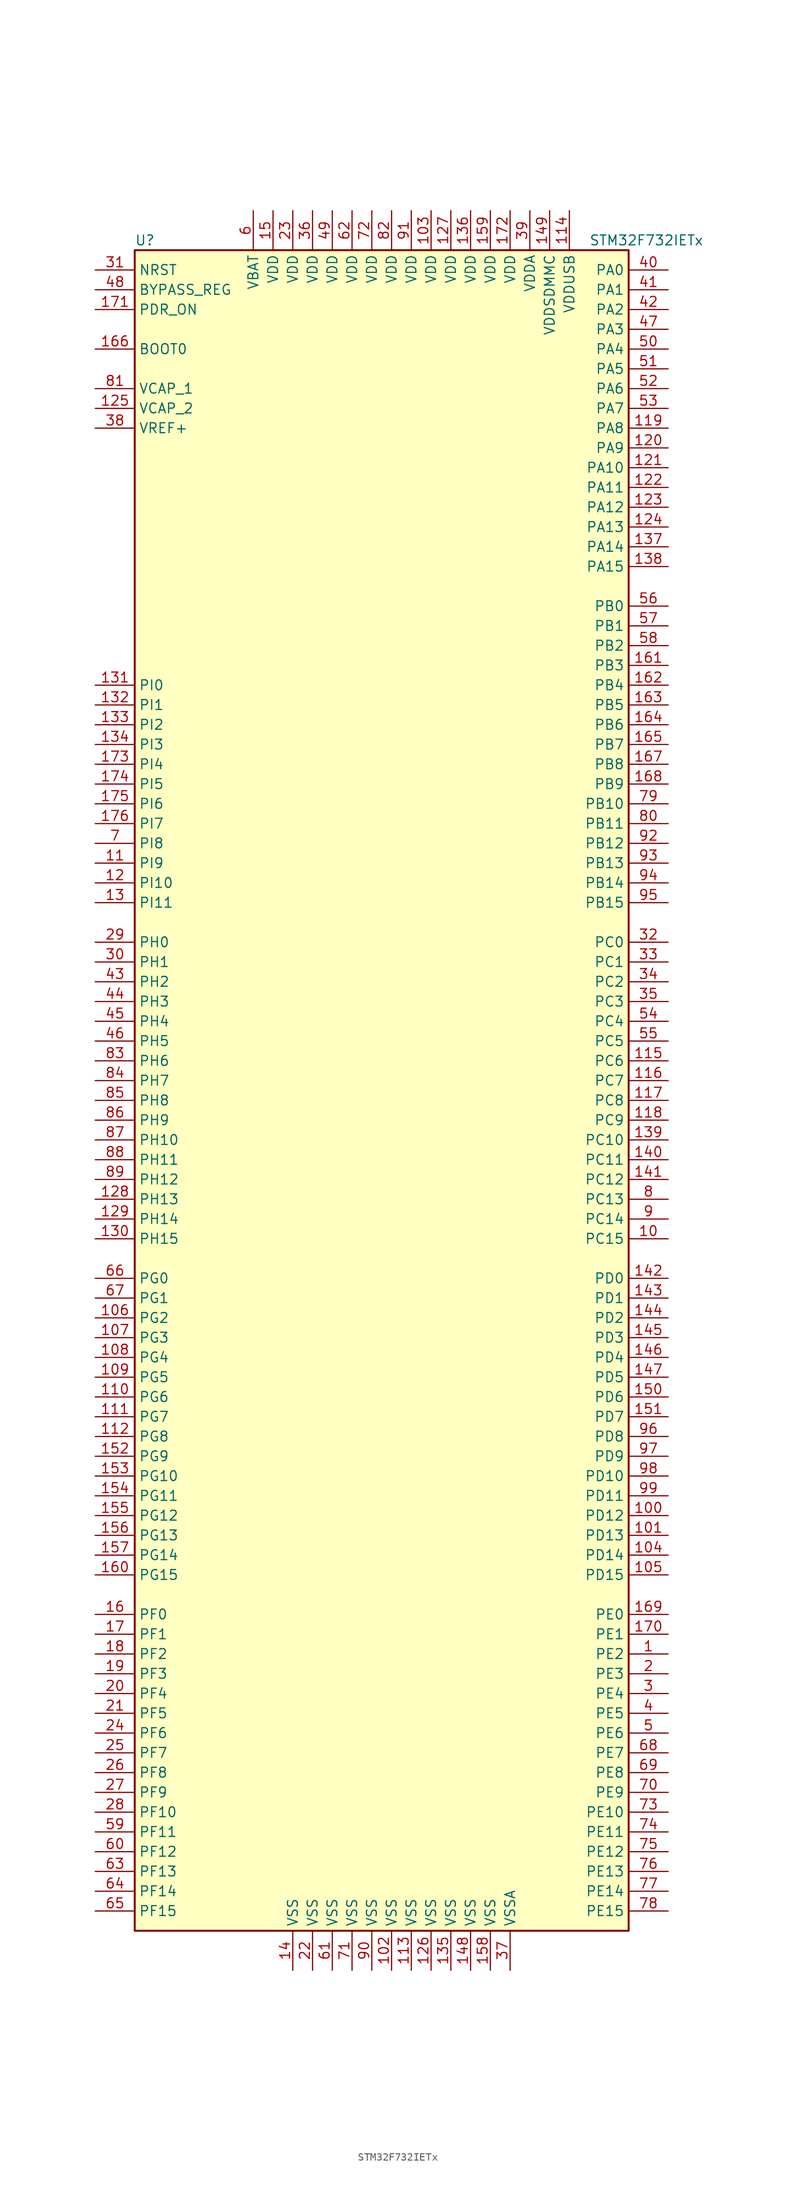
<source format=kicad_sym>
(kicad_symbol_lib
  (version 20201005)
  (generator kicad_symbol_editor)
  (symbol "STM32F732IETx"
    (property "Reference" "U"
      (at -33.02 107.95 0)
      (effects (font (size 1.27 1.27)) (justify left)))
    (property "Value" "STM32F732IETx"
      (at 25.4 107.95 0)
      (effects (font (size 1.27 1.27)) (justify left)))
    (symbol "STM32F732IETx_0_1"
      (rectangle (start -33.02 -109.22) (end 30.48 106.68) (stroke (width 0.254)) (fill (type background))))
    (symbol "STM32F732IETx_1_1"
      (pin input line (at -38.1 93.98 0) (length 5.08) (name "BOOT0" (effects (font (size 1.27 1.27)))) (number "166" (effects (font (size 1.27 1.27)))))
      (pin input line (at -38.1 101.6 0) (length 5.08) (name "BYPASS_REG" (effects (font (size 1.27 1.27)))) (number "48" (effects (font (size 1.27 1.27)))))
      (pin input line (at -38.1 104.14 0) (length 5.08) (name "NRST" (effects (font (size 1.27 1.27)))) (number "31" (effects (font (size 1.27 1.27)))))
      (pin bidirectional line (at 35.56 104.14 180) (length 5.08) (name "PA0" (effects (font (size 1.27 1.27)))) (number "40" (effects (font (size 1.27 1.27)))))
      (pin bidirectional line (at 35.56 101.6 180) (length 5.08) (name "PA1" (effects (font (size 1.27 1.27)))) (number "41" (effects (font (size 1.27 1.27)))))
      (pin bidirectional line (at 35.56 78.74 180) (length 5.08) (name "PA10" (effects (font (size 1.27 1.27)))) (number "121" (effects (font (size 1.27 1.27)))))
      (pin bidirectional line (at 35.56 76.2 180) (length 5.08) (name "PA11" (effects (font (size 1.27 1.27)))) (number "122" (effects (font (size 1.27 1.27)))))
      (pin bidirectional line (at 35.56 73.66 180) (length 5.08) (name "PA12" (effects (font (size 1.27 1.27)))) (number "123" (effects (font (size 1.27 1.27)))))
      (pin bidirectional line (at 35.56 71.12 180) (length 5.08) (name "PA13" (effects (font (size 1.27 1.27)))) (number "124" (effects (font (size 1.27 1.27)))))
      (pin bidirectional line (at 35.56 68.58 180) (length 5.08) (name "PA14" (effects (font (size 1.27 1.27)))) (number "137" (effects (font (size 1.27 1.27)))))
      (pin bidirectional line (at 35.56 66.04 180) (length 5.08) (name "PA15" (effects (font (size 1.27 1.27)))) (number "138" (effects (font (size 1.27 1.27)))))
      (pin bidirectional line (at 35.56 99.06 180) (length 5.08) (name "PA2" (effects (font (size 1.27 1.27)))) (number "42" (effects (font (size 1.27 1.27)))))
      (pin bidirectional line (at 35.56 96.52 180) (length 5.08) (name "PA3" (effects (font (size 1.27 1.27)))) (number "47" (effects (font (size 1.27 1.27)))))
      (pin bidirectional line (at 35.56 93.98 180) (length 5.08) (name "PA4" (effects (font (size 1.27 1.27)))) (number "50" (effects (font (size 1.27 1.27)))))
      (pin bidirectional line (at 35.56 91.44 180) (length 5.08) (name "PA5" (effects (font (size 1.27 1.27)))) (number "51" (effects (font (size 1.27 1.27)))))
      (pin bidirectional line (at 35.56 88.9 180) (length 5.08) (name "PA6" (effects (font (size 1.27 1.27)))) (number "52" (effects (font (size 1.27 1.27)))))
      (pin bidirectional line (at 35.56 86.36 180) (length 5.08) (name "PA7" (effects (font (size 1.27 1.27)))) (number "53" (effects (font (size 1.27 1.27)))))
      (pin bidirectional line (at 35.56 83.82 180) (length 5.08) (name "PA8" (effects (font (size 1.27 1.27)))) (number "119" (effects (font (size 1.27 1.27)))))
      (pin bidirectional line (at 35.56 81.28 180) (length 5.08) (name "PA9" (effects (font (size 1.27 1.27)))) (number "120" (effects (font (size 1.27 1.27)))))
      (pin bidirectional line (at 35.56 60.96 180) (length 5.08) (name "PB0" (effects (font (size 1.27 1.27)))) (number "56" (effects (font (size 1.27 1.27)))))
      (pin bidirectional line (at 35.56 58.42 180) (length 5.08) (name "PB1" (effects (font (size 1.27 1.27)))) (number "57" (effects (font (size 1.27 1.27)))))
      (pin bidirectional line (at 35.56 35.56 180) (length 5.08) (name "PB10" (effects (font (size 1.27 1.27)))) (number "79" (effects (font (size 1.27 1.27)))))
      (pin bidirectional line (at 35.56 33.02 180) (length 5.08) (name "PB11" (effects (font (size 1.27 1.27)))) (number "80" (effects (font (size 1.27 1.27)))))
      (pin bidirectional line (at 35.56 30.48 180) (length 5.08) (name "PB12" (effects (font (size 1.27 1.27)))) (number "92" (effects (font (size 1.27 1.27)))))
      (pin bidirectional line (at 35.56 27.94 180) (length 5.08) (name "PB13" (effects (font (size 1.27 1.27)))) (number "93" (effects (font (size 1.27 1.27)))))
      (pin bidirectional line (at 35.56 25.4 180) (length 5.08) (name "PB14" (effects (font (size 1.27 1.27)))) (number "94" (effects (font (size 1.27 1.27)))))
      (pin bidirectional line (at 35.56 22.86 180) (length 5.08) (name "PB15" (effects (font (size 1.27 1.27)))) (number "95" (effects (font (size 1.27 1.27)))))
      (pin bidirectional line (at 35.56 55.88 180) (length 5.08) (name "PB2" (effects (font (size 1.27 1.27)))) (number "58" (effects (font (size 1.27 1.27)))))
      (pin bidirectional line (at 35.56 53.34 180) (length 5.08) (name "PB3" (effects (font (size 1.27 1.27)))) (number "161" (effects (font (size 1.27 1.27)))))
      (pin bidirectional line (at 35.56 50.8 180) (length 5.08) (name "PB4" (effects (font (size 1.27 1.27)))) (number "162" (effects (font (size 1.27 1.27)))))
      (pin bidirectional line (at 35.56 48.26 180) (length 5.08) (name "PB5" (effects (font (size 1.27 1.27)))) (number "163" (effects (font (size 1.27 1.27)))))
      (pin bidirectional line (at 35.56 45.72 180) (length 5.08) (name "PB6" (effects (font (size 1.27 1.27)))) (number "164" (effects (font (size 1.27 1.27)))))
      (pin bidirectional line (at 35.56 43.18 180) (length 5.08) (name "PB7" (effects (font (size 1.27 1.27)))) (number "165" (effects (font (size 1.27 1.27)))))
      (pin bidirectional line (at 35.56 40.64 180) (length 5.08) (name "PB8" (effects (font (size 1.27 1.27)))) (number "167" (effects (font (size 1.27 1.27)))))
      (pin bidirectional line (at 35.56 38.1 180) (length 5.08) (name "PB9" (effects (font (size 1.27 1.27)))) (number "168" (effects (font (size 1.27 1.27)))))
      (pin bidirectional line (at 35.56 17.78 180) (length 5.08) (name "PC0" (effects (font (size 1.27 1.27)))) (number "32" (effects (font (size 1.27 1.27)))))
      (pin bidirectional line (at 35.56 15.24 180) (length 5.08) (name "PC1" (effects (font (size 1.27 1.27)))) (number "33" (effects (font (size 1.27 1.27)))))
      (pin bidirectional line (at 35.56 -7.62 180) (length 5.08) (name "PC10" (effects (font (size 1.27 1.27)))) (number "139" (effects (font (size 1.27 1.27)))))
      (pin bidirectional line (at 35.56 -10.16 180) (length 5.08) (name "PC11" (effects (font (size 1.27 1.27)))) (number "140" (effects (font (size 1.27 1.27)))))
      (pin bidirectional line (at 35.56 -12.7 180) (length 5.08) (name "PC12" (effects (font (size 1.27 1.27)))) (number "141" (effects (font (size 1.27 1.27)))))
      (pin bidirectional line (at 35.56 -15.24 180) (length 5.08) (name "PC13" (effects (font (size 1.27 1.27)))) (number "8" (effects (font (size 1.27 1.27)))))
      (pin bidirectional line (at 35.56 -17.78 180) (length 5.08) (name "PC14" (effects (font (size 1.27 1.27)))) (number "9" (effects (font (size 1.27 1.27)))))
      (pin bidirectional line (at 35.56 -20.32 180) (length 5.08) (name "PC15" (effects (font (size 1.27 1.27)))) (number "10" (effects (font (size 1.27 1.27)))))
      (pin bidirectional line (at 35.56 12.7 180) (length 5.08) (name "PC2" (effects (font (size 1.27 1.27)))) (number "34" (effects (font (size 1.27 1.27)))))
      (pin bidirectional line (at 35.56 10.16 180) (length 5.08) (name "PC3" (effects (font (size 1.27 1.27)))) (number "35" (effects (font (size 1.27 1.27)))))
      (pin bidirectional line (at 35.56 7.62 180) (length 5.08) (name "PC4" (effects (font (size 1.27 1.27)))) (number "54" (effects (font (size 1.27 1.27)))))
      (pin bidirectional line (at 35.56 5.08 180) (length 5.08) (name "PC5" (effects (font (size 1.27 1.27)))) (number "55" (effects (font (size 1.27 1.27)))))
      (pin bidirectional line (at 35.56 2.54 180) (length 5.08) (name "PC6" (effects (font (size 1.27 1.27)))) (number "115" (effects (font (size 1.27 1.27)))))
      (pin bidirectional line (at 35.56 0 180) (length 5.08) (name "PC7" (effects (font (size 1.27 1.27)))) (number "116" (effects (font (size 1.27 1.27)))))
      (pin bidirectional line (at 35.56 -2.54 180) (length 5.08) (name "PC8" (effects (font (size 1.27 1.27)))) (number "117" (effects (font (size 1.27 1.27)))))
      (pin bidirectional line (at 35.56 -5.08 180) (length 5.08) (name "PC9" (effects (font (size 1.27 1.27)))) (number "118" (effects (font (size 1.27 1.27)))))
      (pin bidirectional line (at 35.56 -25.4 180) (length 5.08) (name "PD0" (effects (font (size 1.27 1.27)))) (number "142" (effects (font (size 1.27 1.27)))))
      (pin bidirectional line (at 35.56 -27.94 180) (length 5.08) (name "PD1" (effects (font (size 1.27 1.27)))) (number "143" (effects (font (size 1.27 1.27)))))
      (pin bidirectional line (at 35.56 -50.8 180) (length 5.08) (name "PD10" (effects (font (size 1.27 1.27)))) (number "98" (effects (font (size 1.27 1.27)))))
      (pin bidirectional line (at 35.56 -53.34 180) (length 5.08) (name "PD11" (effects (font (size 1.27 1.27)))) (number "99" (effects (font (size 1.27 1.27)))))
      (pin bidirectional line (at 35.56 -55.88 180) (length 5.08) (name "PD12" (effects (font (size 1.27 1.27)))) (number "100" (effects (font (size 1.27 1.27)))))
      (pin bidirectional line (at 35.56 -58.42 180) (length 5.08) (name "PD13" (effects (font (size 1.27 1.27)))) (number "101" (effects (font (size 1.27 1.27)))))
      (pin bidirectional line (at 35.56 -60.96 180) (length 5.08) (name "PD14" (effects (font (size 1.27 1.27)))) (number "104" (effects (font (size 1.27 1.27)))))
      (pin bidirectional line (at 35.56 -63.5 180) (length 5.08) (name "PD15" (effects (font (size 1.27 1.27)))) (number "105" (effects (font (size 1.27 1.27)))))
      (pin bidirectional line (at 35.56 -30.48 180) (length 5.08) (name "PD2" (effects (font (size 1.27 1.27)))) (number "144" (effects (font (size 1.27 1.27)))))
      (pin bidirectional line (at 35.56 -33.02 180) (length 5.08) (name "PD3" (effects (font (size 1.27 1.27)))) (number "145" (effects (font (size 1.27 1.27)))))
      (pin bidirectional line (at 35.56 -35.56 180) (length 5.08) (name "PD4" (effects (font (size 1.27 1.27)))) (number "146" (effects (font (size 1.27 1.27)))))
      (pin bidirectional line (at 35.56 -38.1 180) (length 5.08) (name "PD5" (effects (font (size 1.27 1.27)))) (number "147" (effects (font (size 1.27 1.27)))))
      (pin bidirectional line (at 35.56 -40.64 180) (length 5.08) (name "PD6" (effects (font (size 1.27 1.27)))) (number "150" (effects (font (size 1.27 1.27)))))
      (pin bidirectional line (at 35.56 -43.18 180) (length 5.08) (name "PD7" (effects (font (size 1.27 1.27)))) (number "151" (effects (font (size 1.27 1.27)))))
      (pin bidirectional line (at 35.56 -45.72 180) (length 5.08) (name "PD8" (effects (font (size 1.27 1.27)))) (number "96" (effects (font (size 1.27 1.27)))))
      (pin bidirectional line (at 35.56 -48.26 180) (length 5.08) (name "PD9" (effects (font (size 1.27 1.27)))) (number "97" (effects (font (size 1.27 1.27)))))
      (pin input line (at -38.1 99.06 0) (length 5.08) (name "PDR_ON" (effects (font (size 1.27 1.27)))) (number "171" (effects (font (size 1.27 1.27)))))
      (pin bidirectional line (at 35.56 -68.58 180) (length 5.08) (name "PE0" (effects (font (size 1.27 1.27)))) (number "169" (effects (font (size 1.27 1.27)))))
      (pin bidirectional line (at 35.56 -71.12 180) (length 5.08) (name "PE1" (effects (font (size 1.27 1.27)))) (number "170" (effects (font (size 1.27 1.27)))))
      (pin bidirectional line (at 35.56 -93.98 180) (length 5.08) (name "PE10" (effects (font (size 1.27 1.27)))) (number "73" (effects (font (size 1.27 1.27)))))
      (pin bidirectional line (at 35.56 -96.52 180) (length 5.08) (name "PE11" (effects (font (size 1.27 1.27)))) (number "74" (effects (font (size 1.27 1.27)))))
      (pin bidirectional line (at 35.56 -99.06 180) (length 5.08) (name "PE12" (effects (font (size 1.27 1.27)))) (number "75" (effects (font (size 1.27 1.27)))))
      (pin bidirectional line (at 35.56 -101.6 180) (length 5.08) (name "PE13" (effects (font (size 1.27 1.27)))) (number "76" (effects (font (size 1.27 1.27)))))
      (pin bidirectional line (at 35.56 -104.14 180) (length 5.08) (name "PE14" (effects (font (size 1.27 1.27)))) (number "77" (effects (font (size 1.27 1.27)))))
      (pin bidirectional line (at 35.56 -106.68 180) (length 5.08) (name "PE15" (effects (font (size 1.27 1.27)))) (number "78" (effects (font (size 1.27 1.27)))))
      (pin bidirectional line (at 35.56 -73.66 180) (length 5.08) (name "PE2" (effects (font (size 1.27 1.27)))) (number "1" (effects (font (size 1.27 1.27)))))
      (pin bidirectional line (at 35.56 -76.2 180) (length 5.08) (name "PE3" (effects (font (size 1.27 1.27)))) (number "2" (effects (font (size 1.27 1.27)))))
      (pin bidirectional line (at 35.56 -78.74 180) (length 5.08) (name "PE4" (effects (font (size 1.27 1.27)))) (number "3" (effects (font (size 1.27 1.27)))))
      (pin bidirectional line (at 35.56 -81.28 180) (length 5.08) (name "PE5" (effects (font (size 1.27 1.27)))) (number "4" (effects (font (size 1.27 1.27)))))
      (pin bidirectional line (at 35.56 -83.82 180) (length 5.08) (name "PE6" (effects (font (size 1.27 1.27)))) (number "5" (effects (font (size 1.27 1.27)))))
      (pin bidirectional line (at 35.56 -86.36 180) (length 5.08) (name "PE7" (effects (font (size 1.27 1.27)))) (number "68" (effects (font (size 1.27 1.27)))))
      (pin bidirectional line (at 35.56 -88.9 180) (length 5.08) (name "PE8" (effects (font (size 1.27 1.27)))) (number "69" (effects (font (size 1.27 1.27)))))
      (pin bidirectional line (at 35.56 -91.44 180) (length 5.08) (name "PE9" (effects (font (size 1.27 1.27)))) (number "70" (effects (font (size 1.27 1.27)))))
      (pin bidirectional line (at -38.1 -68.58 0) (length 5.08) (name "PF0" (effects (font (size 1.27 1.27)))) (number "16" (effects (font (size 1.27 1.27)))))
      (pin bidirectional line (at -38.1 -71.12 0) (length 5.08) (name "PF1" (effects (font (size 1.27 1.27)))) (number "17" (effects (font (size 1.27 1.27)))))
      (pin bidirectional line (at -38.1 -93.98 0) (length 5.08) (name "PF10" (effects (font (size 1.27 1.27)))) (number "28" (effects (font (size 1.27 1.27)))))
      (pin bidirectional line (at -38.1 -96.52 0) (length 5.08) (name "PF11" (effects (font (size 1.27 1.27)))) (number "59" (effects (font (size 1.27 1.27)))))
      (pin bidirectional line (at -38.1 -99.06 0) (length 5.08) (name "PF12" (effects (font (size 1.27 1.27)))) (number "60" (effects (font (size 1.27 1.27)))))
      (pin bidirectional line (at -38.1 -101.6 0) (length 5.08) (name "PF13" (effects (font (size 1.27 1.27)))) (number "63" (effects (font (size 1.27 1.27)))))
      (pin bidirectional line (at -38.1 -104.14 0) (length 5.08) (name "PF14" (effects (font (size 1.27 1.27)))) (number "64" (effects (font (size 1.27 1.27)))))
      (pin bidirectional line (at -38.1 -106.68 0) (length 5.08) (name "PF15" (effects (font (size 1.27 1.27)))) (number "65" (effects (font (size 1.27 1.27)))))
      (pin bidirectional line (at -38.1 -73.66 0) (length 5.08) (name "PF2" (effects (font (size 1.27 1.27)))) (number "18" (effects (font (size 1.27 1.27)))))
      (pin bidirectional line (at -38.1 -76.2 0) (length 5.08) (name "PF3" (effects (font (size 1.27 1.27)))) (number "19" (effects (font (size 1.27 1.27)))))
      (pin bidirectional line (at -38.1 -78.74 0) (length 5.08) (name "PF4" (effects (font (size 1.27 1.27)))) (number "20" (effects (font (size 1.27 1.27)))))
      (pin bidirectional line (at -38.1 -81.28 0) (length 5.08) (name "PF5" (effects (font (size 1.27 1.27)))) (number "21" (effects (font (size 1.27 1.27)))))
      (pin bidirectional line (at -38.1 -83.82 0) (length 5.08) (name "PF6" (effects (font (size 1.27 1.27)))) (number "24" (effects (font (size 1.27 1.27)))))
      (pin bidirectional line (at -38.1 -86.36 0) (length 5.08) (name "PF7" (effects (font (size 1.27 1.27)))) (number "25" (effects (font (size 1.27 1.27)))))
      (pin bidirectional line (at -38.1 -88.9 0) (length 5.08) (name "PF8" (effects (font (size 1.27 1.27)))) (number "26" (effects (font (size 1.27 1.27)))))
      (pin bidirectional line (at -38.1 -91.44 0) (length 5.08) (name "PF9" (effects (font (size 1.27 1.27)))) (number "27" (effects (font (size 1.27 1.27)))))
      (pin bidirectional line (at -38.1 -25.4 0) (length 5.08) (name "PG0" (effects (font (size 1.27 1.27)))) (number "66" (effects (font (size 1.27 1.27)))))
      (pin bidirectional line (at -38.1 -27.94 0) (length 5.08) (name "PG1" (effects (font (size 1.27 1.27)))) (number "67" (effects (font (size 1.27 1.27)))))
      (pin bidirectional line (at -38.1 -50.8 0) (length 5.08) (name "PG10" (effects (font (size 1.27 1.27)))) (number "153" (effects (font (size 1.27 1.27)))))
      (pin bidirectional line (at -38.1 -53.34 0) (length 5.08) (name "PG11" (effects (font (size 1.27 1.27)))) (number "154" (effects (font (size 1.27 1.27)))))
      (pin bidirectional line (at -38.1 -55.88 0) (length 5.08) (name "PG12" (effects (font (size 1.27 1.27)))) (number "155" (effects (font (size 1.27 1.27)))))
      (pin bidirectional line (at -38.1 -58.42 0) (length 5.08) (name "PG13" (effects (font (size 1.27 1.27)))) (number "156" (effects (font (size 1.27 1.27)))))
      (pin bidirectional line (at -38.1 -60.96 0) (length 5.08) (name "PG14" (effects (font (size 1.27 1.27)))) (number "157" (effects (font (size 1.27 1.27)))))
      (pin bidirectional line (at -38.1 -63.5 0) (length 5.08) (name "PG15" (effects (font (size 1.27 1.27)))) (number "160" (effects (font (size 1.27 1.27)))))
      (pin bidirectional line (at -38.1 -30.48 0) (length 5.08) (name "PG2" (effects (font (size 1.27 1.27)))) (number "106" (effects (font (size 1.27 1.27)))))
      (pin bidirectional line (at -38.1 -33.02 0) (length 5.08) (name "PG3" (effects (font (size 1.27 1.27)))) (number "107" (effects (font (size 1.27 1.27)))))
      (pin bidirectional line (at -38.1 -35.56 0) (length 5.08) (name "PG4" (effects (font (size 1.27 1.27)))) (number "108" (effects (font (size 1.27 1.27)))))
      (pin bidirectional line (at -38.1 -38.1 0) (length 5.08) (name "PG5" (effects (font (size 1.27 1.27)))) (number "109" (effects (font (size 1.27 1.27)))))
      (pin bidirectional line (at -38.1 -40.64 0) (length 5.08) (name "PG6" (effects (font (size 1.27 1.27)))) (number "110" (effects (font (size 1.27 1.27)))))
      (pin bidirectional line (at -38.1 -43.18 0) (length 5.08) (name "PG7" (effects (font (size 1.27 1.27)))) (number "111" (effects (font (size 1.27 1.27)))))
      (pin bidirectional line (at -38.1 -45.72 0) (length 5.08) (name "PG8" (effects (font (size 1.27 1.27)))) (number "112" (effects (font (size 1.27 1.27)))))
      (pin bidirectional line (at -38.1 -48.26 0) (length 5.08) (name "PG9" (effects (font (size 1.27 1.27)))) (number "152" (effects (font (size 1.27 1.27)))))
      (pin input line (at -38.1 17.78 0) (length 5.08) (name "PH0" (effects (font (size 1.27 1.27)))) (number "29" (effects (font (size 1.27 1.27)))))
      (pin input line (at -38.1 15.24 0) (length 5.08) (name "PH1" (effects (font (size 1.27 1.27)))) (number "30" (effects (font (size 1.27 1.27)))))
      (pin bidirectional line (at -38.1 -7.62 0) (length 5.08) (name "PH10" (effects (font (size 1.27 1.27)))) (number "87" (effects (font (size 1.27 1.27)))))
      (pin bidirectional line (at -38.1 -10.16 0) (length 5.08) (name "PH11" (effects (font (size 1.27 1.27)))) (number "88" (effects (font (size 1.27 1.27)))))
      (pin bidirectional line (at -38.1 -12.7 0) (length 5.08) (name "PH12" (effects (font (size 1.27 1.27)))) (number "89" (effects (font (size 1.27 1.27)))))
      (pin bidirectional line (at -38.1 -15.24 0) (length 5.08) (name "PH13" (effects (font (size 1.27 1.27)))) (number "128" (effects (font (size 1.27 1.27)))))
      (pin bidirectional line (at -38.1 -17.78 0) (length 5.08) (name "PH14" (effects (font (size 1.27 1.27)))) (number "129" (effects (font (size 1.27 1.27)))))
      (pin bidirectional line (at -38.1 -20.32 0) (length 5.08) (name "PH15" (effects (font (size 1.27 1.27)))) (number "130" (effects (font (size 1.27 1.27)))))
      (pin bidirectional line (at -38.1 12.7 0) (length 5.08) (name "PH2" (effects (font (size 1.27 1.27)))) (number "43" (effects (font (size 1.27 1.27)))))
      (pin bidirectional line (at -38.1 10.16 0) (length 5.08) (name "PH3" (effects (font (size 1.27 1.27)))) (number "44" (effects (font (size 1.27 1.27)))))
      (pin bidirectional line (at -38.1 7.62 0) (length 5.08) (name "PH4" (effects (font (size 1.27 1.27)))) (number "45" (effects (font (size 1.27 1.27)))))
      (pin bidirectional line (at -38.1 5.08 0) (length 5.08) (name "PH5" (effects (font (size 1.27 1.27)))) (number "46" (effects (font (size 1.27 1.27)))))
      (pin bidirectional line (at -38.1 2.54 0) (length 5.08) (name "PH6" (effects (font (size 1.27 1.27)))) (number "83" (effects (font (size 1.27 1.27)))))
      (pin bidirectional line (at -38.1 0 0) (length 5.08) (name "PH7" (effects (font (size 1.27 1.27)))) (number "84" (effects (font (size 1.27 1.27)))))
      (pin bidirectional line (at -38.1 -2.54 0) (length 5.08) (name "PH8" (effects (font (size 1.27 1.27)))) (number "85" (effects (font (size 1.27 1.27)))))
      (pin bidirectional line (at -38.1 -5.08 0) (length 5.08) (name "PH9" (effects (font (size 1.27 1.27)))) (number "86" (effects (font (size 1.27 1.27)))))
      (pin bidirectional line (at -38.1 50.8 0) (length 5.08) (name "PI0" (effects (font (size 1.27 1.27)))) (number "131" (effects (font (size 1.27 1.27)))))
      (pin bidirectional line (at -38.1 48.26 0) (length 5.08) (name "PI1" (effects (font (size 1.27 1.27)))) (number "132" (effects (font (size 1.27 1.27)))))
      (pin bidirectional line (at -38.1 25.4 0) (length 5.08) (name "PI10" (effects (font (size 1.27 1.27)))) (number "12" (effects (font (size 1.27 1.27)))))
      (pin bidirectional line (at -38.1 22.86 0) (length 5.08) (name "PI11" (effects (font (size 1.27 1.27)))) (number "13" (effects (font (size 1.27 1.27)))))
      (pin bidirectional line (at -38.1 45.72 0) (length 5.08) (name "PI2" (effects (font (size 1.27 1.27)))) (number "133" (effects (font (size 1.27 1.27)))))
      (pin bidirectional line (at -38.1 43.18 0) (length 5.08) (name "PI3" (effects (font (size 1.27 1.27)))) (number "134" (effects (font (size 1.27 1.27)))))
      (pin bidirectional line (at -38.1 40.64 0) (length 5.08) (name "PI4" (effects (font (size 1.27 1.27)))) (number "173" (effects (font (size 1.27 1.27)))))
      (pin bidirectional line (at -38.1 38.1 0) (length 5.08) (name "PI5" (effects (font (size 1.27 1.27)))) (number "174" (effects (font (size 1.27 1.27)))))
      (pin bidirectional line (at -38.1 35.56 0) (length 5.08) (name "PI6" (effects (font (size 1.27 1.27)))) (number "175" (effects (font (size 1.27 1.27)))))
      (pin bidirectional line (at -38.1 33.02 0) (length 5.08) (name "PI7" (effects (font (size 1.27 1.27)))) (number "176" (effects (font (size 1.27 1.27)))))
      (pin bidirectional line (at -38.1 30.48 0) (length 5.08) (name "PI8" (effects (font (size 1.27 1.27)))) (number "7" (effects (font (size 1.27 1.27)))))
      (pin bidirectional line (at -38.1 27.94 0) (length 5.08) (name "PI9" (effects (font (size 1.27 1.27)))) (number "11" (effects (font (size 1.27 1.27)))))
      (pin power_in line (at -17.78 111.76 270) (length 5.08) (name "VBAT" (effects (font (size 1.27 1.27)))) (number "6" (effects (font (size 1.27 1.27)))))
      (pin power_in line (at -38.1 88.9 0) (length 5.08) (name "VCAP_1" (effects (font (size 1.27 1.27)))) (number "81" (effects (font (size 1.27 1.27)))))
      (pin power_in line (at -38.1 86.36 0) (length 5.08) (name "VCAP_2" (effects (font (size 1.27 1.27)))) (number "125" (effects (font (size 1.27 1.27)))))
      (pin power_in line (at 5.08 111.76 270) (length 5.08) (name "VDD" (effects (font (size 1.27 1.27)))) (number "103" (effects (font (size 1.27 1.27)))))
      (pin power_in line (at 7.62 111.76 270) (length 5.08) (name "VDD" (effects (font (size 1.27 1.27)))) (number "127" (effects (font (size 1.27 1.27)))))
      (pin power_in line (at 10.16 111.76 270) (length 5.08) (name "VDD" (effects (font (size 1.27 1.27)))) (number "136" (effects (font (size 1.27 1.27)))))
      (pin power_in line (at -15.24 111.76 270) (length 5.08) (name "VDD" (effects (font (size 1.27 1.27)))) (number "15" (effects (font (size 1.27 1.27)))))
      (pin power_in line (at 12.7 111.76 270) (length 5.08) (name "VDD" (effects (font (size 1.27 1.27)))) (number "159" (effects (font (size 1.27 1.27)))))
      (pin power_in line (at 15.24 111.76 270) (length 5.08) (name "VDD" (effects (font (size 1.27 1.27)))) (number "172" (effects (font (size 1.27 1.27)))))
      (pin power_in line (at -12.7 111.76 270) (length 5.08) (name "VDD" (effects (font (size 1.27 1.27)))) (number "23" (effects (font (size 1.27 1.27)))))
      (pin power_in line (at -10.16 111.76 270) (length 5.08) (name "VDD" (effects (font (size 1.27 1.27)))) (number "36" (effects (font (size 1.27 1.27)))))
      (pin power_in line (at -7.62 111.76 270) (length 5.08) (name "VDD" (effects (font (size 1.27 1.27)))) (number "49" (effects (font (size 1.27 1.27)))))
      (pin power_in line (at -5.08 111.76 270) (length 5.08) (name "VDD" (effects (font (size 1.27 1.27)))) (number "62" (effects (font (size 1.27 1.27)))))
      (pin power_in line (at -2.54 111.76 270) (length 5.08) (name "VDD" (effects (font (size 1.27 1.27)))) (number "72" (effects (font (size 1.27 1.27)))))
      (pin power_in line (at 0 111.76 270) (length 5.08) (name "VDD" (effects (font (size 1.27 1.27)))) (number "82" (effects (font (size 1.27 1.27)))))
      (pin power_in line (at 2.54 111.76 270) (length 5.08) (name "VDD" (effects (font (size 1.27 1.27)))) (number "91" (effects (font (size 1.27 1.27)))))
      (pin power_in line (at 17.78 111.76 270) (length 5.08) (name "VDDA" (effects (font (size 1.27 1.27)))) (number "39" (effects (font (size 1.27 1.27)))))
      (pin power_in line (at 20.32 111.76 270) (length 5.08) (name "VDDSDMMC" (effects (font (size 1.27 1.27)))) (number "149" (effects (font (size 1.27 1.27)))))
      (pin power_in line (at 22.86 111.76 270) (length 5.08) (name "VDDUSB" (effects (font (size 1.27 1.27)))) (number "114" (effects (font (size 1.27 1.27)))))
      (pin power_in line (at -38.1 83.82 0) (length 5.08) (name "VREF+" (effects (font (size 1.27 1.27)))) (number "38" (effects (font (size 1.27 1.27)))))
      (pin power_in line (at 0 -114.3 90) (length 5.08) (name "VSS" (effects (font (size 1.27 1.27)))) (number "102" (effects (font (size 1.27 1.27)))))
      (pin power_in line (at 2.54 -114.3 90) (length 5.08) (name "VSS" (effects (font (size 1.27 1.27)))) (number "113" (effects (font (size 1.27 1.27)))))
      (pin power_in line (at 5.08 -114.3 90) (length 5.08) (name "VSS" (effects (font (size 1.27 1.27)))) (number "126" (effects (font (size 1.27 1.27)))))
      (pin power_in line (at 7.62 -114.3 90) (length 5.08) (name "VSS" (effects (font (size 1.27 1.27)))) (number "135" (effects (font (size 1.27 1.27)))))
      (pin power_in line (at -12.7 -114.3 90) (length 5.08) (name "VSS" (effects (font (size 1.27 1.27)))) (number "14" (effects (font (size 1.27 1.27)))))
      (pin power_in line (at 10.16 -114.3 90) (length 5.08) (name "VSS" (effects (font (size 1.27 1.27)))) (number "148" (effects (font (size 1.27 1.27)))))
      (pin power_in line (at 12.7 -114.3 90) (length 5.08) (name "VSS" (effects (font (size 1.27 1.27)))) (number "158" (effects (font (size 1.27 1.27)))))
      (pin power_in line (at -10.16 -114.3 90) (length 5.08) (name "VSS" (effects (font (size 1.27 1.27)))) (number "22" (effects (font (size 1.27 1.27)))))
      (pin power_in line (at -7.62 -114.3 90) (length 5.08) (name "VSS" (effects (font (size 1.27 1.27)))) (number "61" (effects (font (size 1.27 1.27)))))
      (pin power_in line (at -5.08 -114.3 90) (length 5.08) (name "VSS" (effects (font (size 1.27 1.27)))) (number "71" (effects (font (size 1.27 1.27)))))
      (pin power_in line (at -2.54 -114.3 90) (length 5.08) (name "VSS" (effects (font (size 1.27 1.27)))) (number "90" (effects (font (size 1.27 1.27)))))
      (pin power_in line (at 15.24 -114.3 90) (length 5.08) (name "VSSA" (effects (font (size 1.27 1.27)))) (number "37" (effects (font (size 1.27 1.27))))))))
</source>
